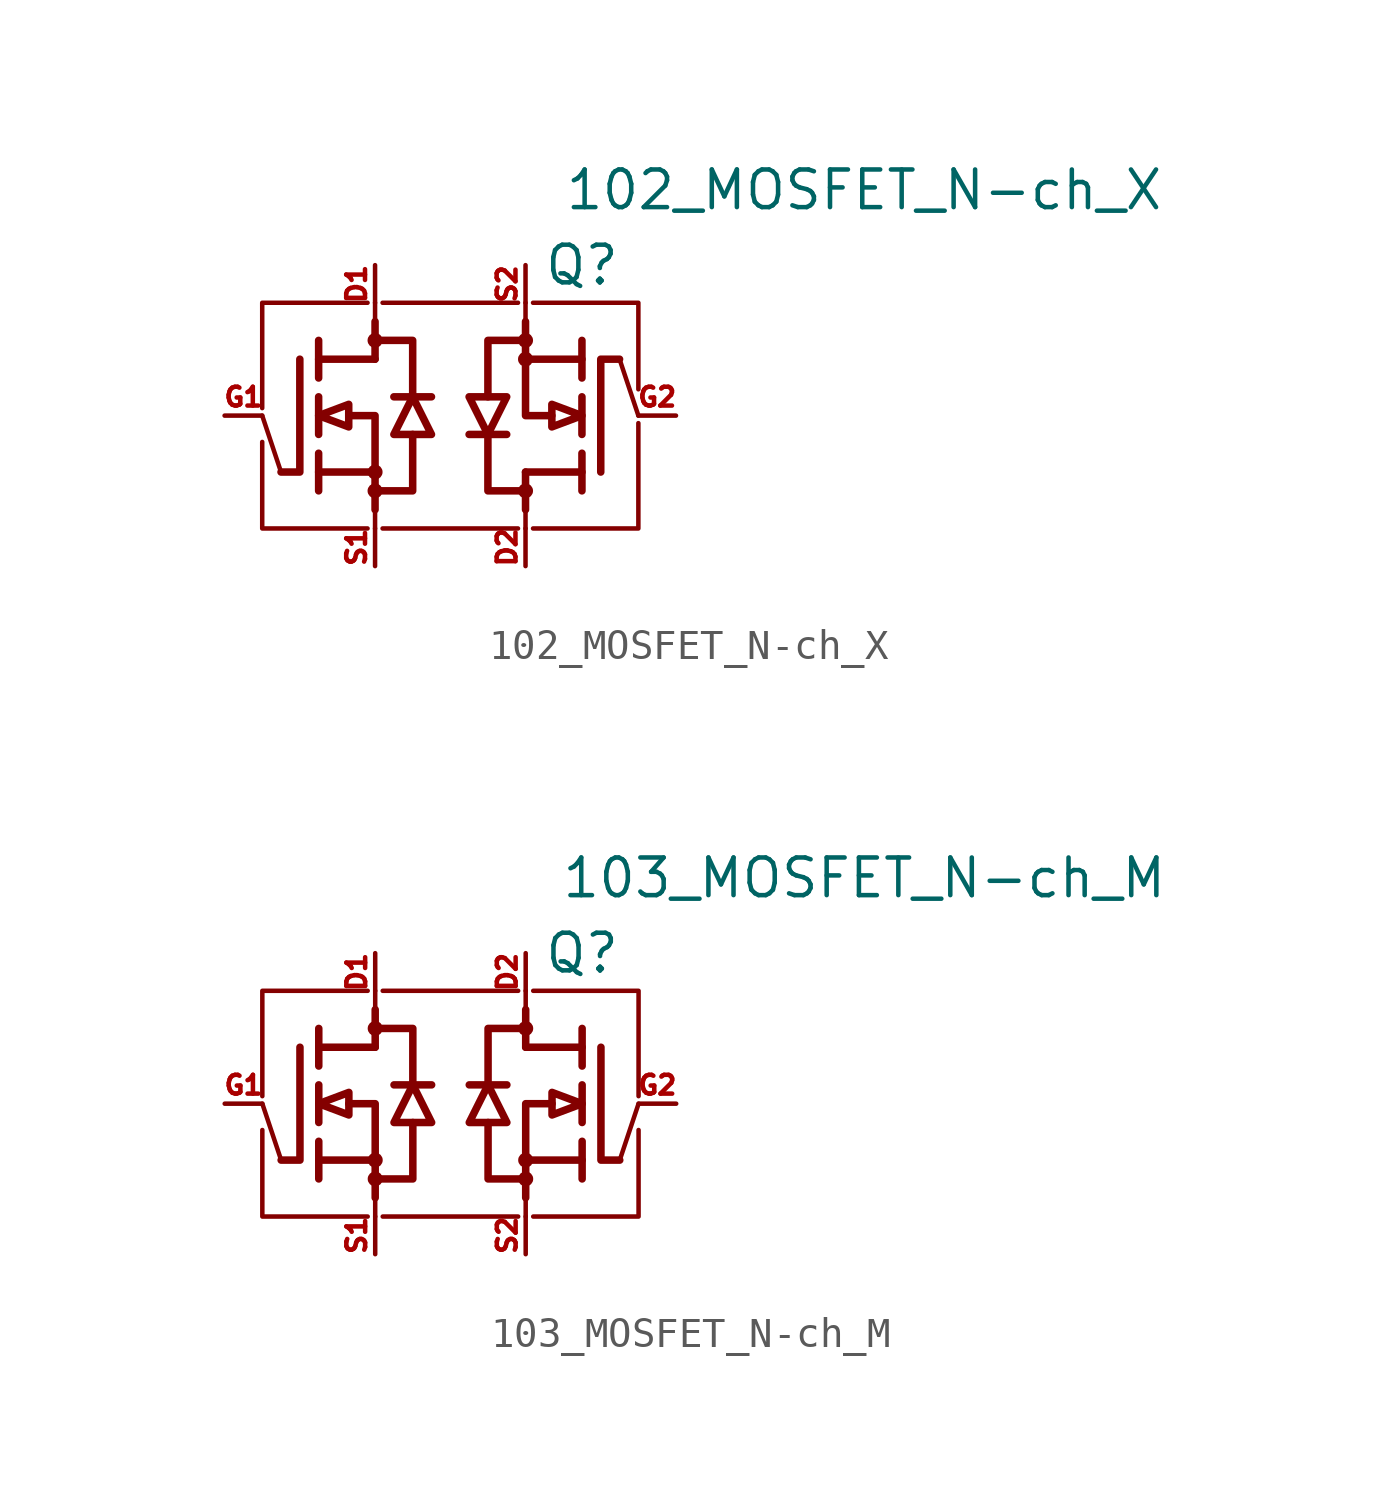
<source format=kicad_sym>
(kicad_symbol_lib
  (version 20220914)
  (generator kicad_symbol_editor)
  (symbol "102_MOSFET_N-ch_X"
    (pin_names hide)
    (property "Reference" "Q"
      (at 4.445 5.08 0)
      (effects (font (size 1.27 1.27))))
    (property "Value" "102_MOSFET_N-ch_X"
      (at 13.97 7.62 0)
      (effects (font (size 1.27 1.27))))
    (symbol "102_MOSFET_N-ch_X_0_1"
      (polyline (pts (xy -2.286 3.81) (xy 2.286 3.81)) (stroke (width 0) (type default)) (fill (type none)))
      (polyline (pts (xy 2.286 -3.81) (xy -2.286 -3.81)) (stroke (width 0) (type default)) (fill (type none)))
      (polyline (pts (xy -6.35 0.254) (xy -6.35 3.81) (xy -2.794 3.81)) (stroke (width 0) (type default)) (fill (type none)))
      (polyline (pts (xy -2.794 -3.81) (xy -6.35 -3.81) (xy -6.35 -0.889)) (stroke (width 0) (type default)) (fill (type none)))
      (polyline (pts (xy 2.794 3.81) (xy 6.35 3.81) (xy 6.35 0.889)) (stroke (width 0) (type default)) (fill (type none)))
      (polyline (pts (xy 6.35 -0.254) (xy 6.35 -3.81) (xy 2.794 -3.81)) (stroke (width 0) (type default)) (fill (type none))))
    (symbol "102_MOSFET_N-ch_X_1_1"
      (circle (center -2.54 -2.54) (radius 0.127) (stroke (width 0.254) (type default)) (fill (type outline)))
      (circle (center -2.54 -1.905) (radius 0.127) (stroke (width 0.254) (type default)) (fill (type outline)))
      (circle (center -2.54 2.54) (radius 0.127) (stroke (width 0.254) (type default)) (fill (type outline)))
      (polyline (pts (xy -5.715 -1.905) (xy -6.35 0)) (stroke (width 0) (type default)) (fill (type none)))
      (polyline (pts (xy -4.445 -1.905) (xy -2.54 -1.905)) (stroke (width 0.254) (type default)) (fill (type none)))
      (polyline (pts (xy -4.445 -1.27) (xy -4.445 -2.54)) (stroke (width 0.254) (type default)) (fill (type none)))
      (polyline (pts (xy -4.445 0.635) (xy -4.445 -0.635)) (stroke (width 0.254) (type default)) (fill (type none)))
      (polyline (pts (xy -4.445 1.905) (xy -2.54 1.905)) (stroke (width 0.254) (type default)) (fill (type none)))
      (polyline (pts (xy -4.445 2.54) (xy -4.445 1.27)) (stroke (width 0.254) (type default)) (fill (type none)))
      (polyline (pts (xy -2.54 -3.175) (xy -2.54 -3.81)) (stroke (width 0) (type default)) (fill (type none)))
      (polyline (pts (xy -2.54 -1.905) (xy -2.54 -3.175)) (stroke (width 0.254) (type default)) (fill (type none)))
      (polyline (pts (xy -2.54 3.175) (xy -2.54 1.905)) (stroke (width 0.254) (type default)) (fill (type none)))
      (polyline (pts (xy -2.54 3.175) (xy -2.54 3.81)) (stroke (width 0) (type default)) (fill (type none)))
      (polyline (pts (xy -1.905 0.635) (xy -0.635 0.635)) (stroke (width 0.254) (type default)) (fill (type none)))
      (polyline (pts (xy 1.905 -0.635) (xy 0.635 -0.635)) (stroke (width 0.254) (type default)) (fill (type none)))
      (polyline (pts (xy 2.54 -3.175) (xy 2.54 -3.81)) (stroke (width 0) (type default)) (fill (type none)))
      (polyline (pts (xy 2.54 -3.175) (xy 2.54 -1.905)) (stroke (width 0.254) (type default)) (fill (type none)))
      (polyline (pts (xy 2.54 1.905) (xy 2.54 3.175)) (stroke (width 0.254) (type default)) (fill (type none)))
      (polyline (pts (xy 2.54 3.175) (xy 2.54 3.81)) (stroke (width 0) (type default)) (fill (type none)))
      (polyline (pts (xy 4.445 -2.54) (xy 4.445 -1.27)) (stroke (width 0.254) (type default)) (fill (type none)))
      (polyline (pts (xy 4.445 -1.905) (xy 2.54 -1.905)) (stroke (width 0.254) (type default)) (fill (type none)))
      (polyline (pts (xy 4.445 -0.635) (xy 4.445 0.635)) (stroke (width 0.254) (type default)) (fill (type none)))
      (polyline (pts (xy 4.445 1.27) (xy 4.445 2.54)) (stroke (width 0.254) (type default)) (fill (type none)))
      (polyline (pts (xy 4.445 1.905) (xy 2.54 1.905)) (stroke (width 0.254) (type default)) (fill (type none)))
      (polyline (pts (xy 5.715 1.905) (xy 6.35 0)) (stroke (width 0) (type default)) (fill (type none)))
      (polyline (pts (xy -5.08 1.905) (xy -5.08 -1.905) (xy -5.715 -1.905)) (stroke (width 0.254) (type default)) (fill (type none)))
      (polyline (pts (xy -3.429 0) (xy -2.54 0) (xy -2.54 -1.905)) (stroke (width 0.254) (type default)) (fill (type none)))
      (polyline (pts (xy -2.54 -2.54) (xy -1.27 -2.54) (xy -1.27 -0.635)) (stroke (width 0.254) (type default)) (fill (type none)))
      (polyline (pts (xy -2.54 2.54) (xy -1.27 2.54) (xy -1.27 0.635)) (stroke (width 0.254) (type default)) (fill (type none)))
      (polyline (pts (xy 2.54 -2.54) (xy 1.27 -2.54) (xy 1.27 -0.635)) (stroke (width 0.254) (type default)) (fill (type none)))
      (polyline (pts (xy 2.54 2.54) (xy 1.27 2.54) (xy 1.27 0.635)) (stroke (width 0.254) (type default)) (fill (type none)))
      (polyline (pts (xy 3.429 0) (xy 2.54 0) (xy 2.54 1.905)) (stroke (width 0.254) (type default)) (fill (type none)))
      (polyline (pts (xy 5.08 -1.905) (xy 5.08 1.905) (xy 5.715 1.905)) (stroke (width 0.254) (type default)) (fill (type none)))
      (polyline (pts (xy -4.445 0) (xy -3.429 0.381) (xy -3.429 -0.381) (xy -4.445 0)) (stroke (width 0.254) (type default)) (fill (type none)))
      (polyline (pts (xy -1.27 0.635) (xy -1.905 -0.635) (xy -0.635 -0.635) (xy -1.27 0.635)) (stroke (width 0.254) (type default)) (fill (type none)))
      (polyline (pts (xy 1.27 -0.635) (xy 1.905 0.635) (xy 0.635 0.635) (xy 1.27 -0.635)) (stroke (width 0.254) (type default)) (fill (type none)))
      (polyline (pts (xy 4.445 0) (xy 3.429 -0.381) (xy 3.429 0.381) (xy 4.445 0)) (stroke (width 0.254) (type default)) (fill (type none)))
      (circle (center 2.54 -2.54) (radius 0.127) (stroke (width 0.254) (type default)) (fill (type outline)))
      (circle (center 2.54 1.905) (radius 0.127) (stroke (width 0.254) (type default)) (fill (type outline)))
      (circle (center 2.54 2.54) (radius 0.127) (stroke (width 0.254) (type default)) (fill (type outline)))
      (pin passive line (at -2.54 5.08 270) (length 1.27) (name "Drain" (effects (font (size 0.635 0.635)))) (number "D1" (effects (font (size 0.635 0.635)))))
      (pin passive line (at 2.54 -5.08 90) (length 1.27) (name "Drain" (effects (font (size 0.635 0.635)))) (number "D2" (effects (font (size 0.635 0.635)))))
      (pin passive line (at -7.62 0 0) (length 1.27) (name "Gate" (effects (font (size 0.635 0.635)))) (number "G1" (effects (font (size 0.635 0.635)))))
      (pin passive line (at 7.62 0 180) (length 1.27) (name "Gate" (effects (font (size 0.635 0.635)))) (number "G2" (effects (font (size 0.635 0.635)))))
      (pin passive line (at -2.54 -5.08 90) (length 1.27) (name "Source" (effects (font (size 0.635 0.635)))) (number "S1" (effects (font (size 0.635 0.635)))))
      (pin passive line (at 2.54 5.08 270) (length 1.27) (name "Source" (effects (font (size 0.635 0.635)))) (number "S2" (effects (font (size 0.635 0.635)))))))
  (symbol "103_MOSFET_N-ch_M"
    (pin_names hide)
    (property "Reference" "Q"
      (at 4.445 5.08 0)
      (effects (font (size 1.27 1.27))))
    (property "Value" "103_MOSFET_N-ch_M"
      (at 13.97 7.62 0)
      (effects (font (size 1.27 1.27))))
    (symbol "103_MOSFET_N-ch_M_0_1"
      (polyline (pts (xy -2.286 3.81) (xy 2.286 3.81)) (stroke (width 0) (type default)) (fill (type none)))
      (polyline (pts (xy 2.286 -3.81) (xy -2.286 -3.81)) (stroke (width 0) (type default)) (fill (type none)))
      (polyline (pts (xy -6.35 0.254) (xy -6.35 3.81) (xy -2.794 3.81)) (stroke (width 0) (type default)) (fill (type none)))
      (polyline (pts (xy -2.794 -3.81) (xy -6.35 -3.81) (xy -6.35 -0.889)) (stroke (width 0) (type default)) (fill (type none)))
      (polyline (pts (xy 2.794 3.81) (xy 6.35 3.81) (xy 6.35 0.254)) (stroke (width 0) (type default)) (fill (type none)))
      (polyline (pts (xy 6.35 -0.889) (xy 6.35 -3.81) (xy 2.794 -3.81)) (stroke (width 0) (type default)) (fill (type none))))
    (symbol "103_MOSFET_N-ch_M_1_1"
      (circle (center -2.54 -2.54) (radius 0.127) (stroke (width 0.254) (type default)) (fill (type outline)))
      (circle (center -2.54 -1.905) (radius 0.127) (stroke (width 0.254) (type default)) (fill (type outline)))
      (circle (center -2.54 2.54) (radius 0.127) (stroke (width 0.254) (type default)) (fill (type outline)))
      (polyline (pts (xy -5.715 -1.905) (xy -6.35 0)) (stroke (width 0) (type default)) (fill (type none)))
      (polyline (pts (xy -4.445 -1.905) (xy -2.54 -1.905)) (stroke (width 0.254) (type default)) (fill (type none)))
      (polyline (pts (xy -4.445 -1.27) (xy -4.445 -2.54)) (stroke (width 0.254) (type default)) (fill (type none)))
      (polyline (pts (xy -4.445 0.635) (xy -4.445 -0.635)) (stroke (width 0.254) (type default)) (fill (type none)))
      (polyline (pts (xy -4.445 1.905) (xy -2.54 1.905)) (stroke (width 0.254) (type default)) (fill (type none)))
      (polyline (pts (xy -4.445 2.54) (xy -4.445 1.27)) (stroke (width 0.254) (type default)) (fill (type none)))
      (polyline (pts (xy -2.54 -3.175) (xy -2.54 -3.81)) (stroke (width 0) (type default)) (fill (type none)))
      (polyline (pts (xy -2.54 -1.905) (xy -2.54 -3.175)) (stroke (width 0.254) (type default)) (fill (type none)))
      (polyline (pts (xy -2.54 3.175) (xy -2.54 1.905)) (stroke (width 0.254) (type default)) (fill (type none)))
      (polyline (pts (xy -2.54 3.175) (xy -2.54 3.81)) (stroke (width 0) (type default)) (fill (type none)))
      (polyline (pts (xy -1.905 0.635) (xy -0.635 0.635)) (stroke (width 0.254) (type default)) (fill (type none)))
      (polyline (pts (xy 1.905 0.635) (xy 0.635 0.635)) (stroke (width 0.254) (type default)) (fill (type none)))
      (polyline (pts (xy 2.54 -3.175) (xy 2.54 -3.81)) (stroke (width 0) (type default)) (fill (type none)))
      (polyline (pts (xy 2.54 -1.905) (xy 2.54 -3.175)) (stroke (width 0.254) (type default)) (fill (type none)))
      (polyline (pts (xy 2.54 3.175) (xy 2.54 1.905)) (stroke (width 0.254) (type default)) (fill (type none)))
      (polyline (pts (xy 2.54 3.175) (xy 2.54 3.81)) (stroke (width 0) (type default)) (fill (type none)))
      (polyline (pts (xy 4.445 -1.905) (xy 2.54 -1.905)) (stroke (width 0.254) (type default)) (fill (type none)))
      (polyline (pts (xy 4.445 -1.27) (xy 4.445 -2.54)) (stroke (width 0.254) (type default)) (fill (type none)))
      (polyline (pts (xy 4.445 0.635) (xy 4.445 -0.635)) (stroke (width 0.254) (type default)) (fill (type none)))
      (polyline (pts (xy 4.445 1.905) (xy 2.54 1.905)) (stroke (width 0.254) (type default)) (fill (type none)))
      (polyline (pts (xy 4.445 2.54) (xy 4.445 1.27)) (stroke (width 0.254) (type default)) (fill (type none)))
      (polyline (pts (xy 5.715 -1.905) (xy 6.35 0)) (stroke (width 0) (type default)) (fill (type none)))
      (polyline (pts (xy -5.08 1.905) (xy -5.08 -1.905) (xy -5.715 -1.905)) (stroke (width 0.254) (type default)) (fill (type none)))
      (polyline (pts (xy -3.429 0) (xy -2.54 0) (xy -2.54 -1.905)) (stroke (width 0.254) (type default)) (fill (type none)))
      (polyline (pts (xy -2.54 -2.54) (xy -1.27 -2.54) (xy -1.27 -0.635)) (stroke (width 0.254) (type default)) (fill (type none)))
      (polyline (pts (xy -2.54 2.54) (xy -1.27 2.54) (xy -1.27 0.635)) (stroke (width 0.254) (type default)) (fill (type none)))
      (polyline (pts (xy 2.54 -2.54) (xy 1.27 -2.54) (xy 1.27 -0.635)) (stroke (width 0.254) (type default)) (fill (type none)))
      (polyline (pts (xy 2.54 2.54) (xy 1.27 2.54) (xy 1.27 0.635)) (stroke (width 0.254) (type default)) (fill (type none)))
      (polyline (pts (xy 3.429 0) (xy 2.54 0) (xy 2.54 -1.905)) (stroke (width 0.254) (type default)) (fill (type none)))
      (polyline (pts (xy 5.08 1.905) (xy 5.08 -1.905) (xy 5.715 -1.905)) (stroke (width 0.254) (type default)) (fill (type none)))
      (polyline (pts (xy -4.445 0) (xy -3.429 0.381) (xy -3.429 -0.381) (xy -4.445 0)) (stroke (width 0.254) (type default)) (fill (type none)))
      (polyline (pts (xy -1.27 0.635) (xy -1.905 -0.635) (xy -0.635 -0.635) (xy -1.27 0.635)) (stroke (width 0.254) (type default)) (fill (type none)))
      (polyline (pts (xy 1.27 0.635) (xy 1.905 -0.635) (xy 0.635 -0.635) (xy 1.27 0.635)) (stroke (width 0.254) (type default)) (fill (type none)))
      (polyline (pts (xy 4.445 0) (xy 3.429 0.381) (xy 3.429 -0.381) (xy 4.445 0)) (stroke (width 0.254) (type default)) (fill (type none)))
      (circle (center 2.54 -2.54) (radius 0.127) (stroke (width 0.254) (type default)) (fill (type outline)))
      (circle (center 2.54 -1.905) (radius 0.127) (stroke (width 0.254) (type default)) (fill (type outline)))
      (circle (center 2.54 2.54) (radius 0.127) (stroke (width 0.254) (type default)) (fill (type outline)))
      (pin passive line (at -2.54 5.08 270) (length 1.27) (name "Drain" (effects (font (size 0.635 0.635)))) (number "D1" (effects (font (size 0.635 0.635)))))
      (pin passive line (at 2.54 5.08 270) (length 1.27) (name "Drain" (effects (font (size 0.635 0.635)))) (number "D2" (effects (font (size 0.635 0.635)))))
      (pin passive line (at -7.62 0 0) (length 1.27) (name "Gate" (effects (font (size 0.635 0.635)))) (number "G1" (effects (font (size 0.635 0.635)))))
      (pin passive line (at 7.62 0 180) (length 1.27) (name "Gate" (effects (font (size 0.635 0.635)))) (number "G2" (effects (font (size 0.635 0.635)))))
      (pin passive line (at -2.54 -5.08 90) (length 1.27) (name "Source" (effects (font (size 0.635 0.635)))) (number "S1" (effects (font (size 0.635 0.635)))))
      (pin passive line (at 2.54 -5.08 90) (length 1.27) (name "Source" (effects (font (size 0.635 0.635)))) (number "S2" (effects (font (size 0.635 0.635))))))))
</source>
